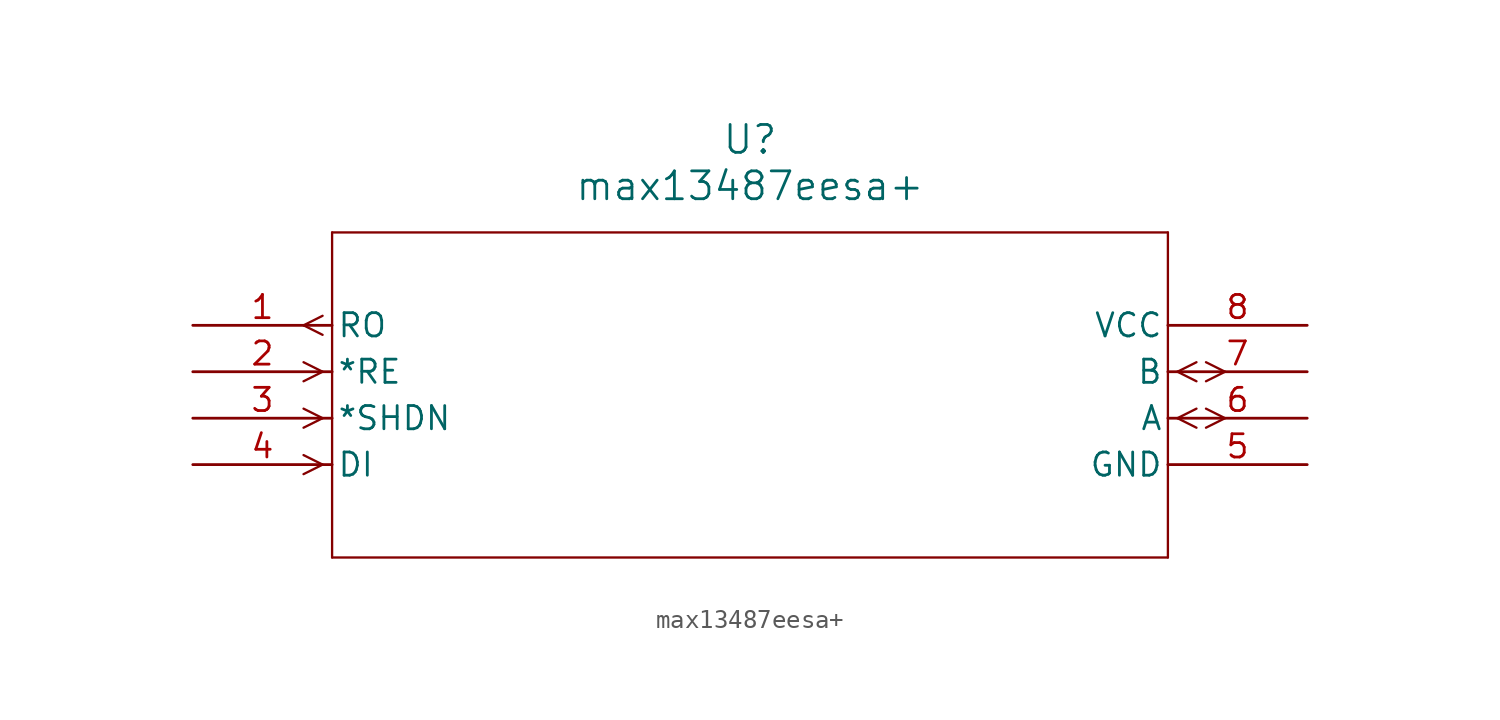
<source format=kicad_sym>
(kicad_symbol_lib
  (version 20211014)
  (generator kicad_symbol_editor)
  (symbol "max13487eesa+"
    (pin_names
      (offset 0.254))
    (property "Reference" "U"
      (at 30.48 10.16 0)
      (effects (font (size 1.524 1.524))))
    (property "Value" "max13487eesa+"
      (at 30.48 7.62 0)
      (effects (font (size 1.524 1.524))))
    (symbol "max13487eesa+_0_1"
      (polyline (pts (xy 7.099 0.521) (xy 6.058 0)) (stroke (width 0.127) (type default) (color 0 0 0 0)) (fill (type none)))
      (polyline (pts (xy 7.099 -0.521) (xy 6.058 0)) (stroke (width 0.127) (type default) (color 0 0 0 0)) (fill (type none)))
      (polyline (pts (xy 7.099 -2.54) (xy 6.058 -2.019)) (stroke (width 0.127) (type default) (color 0 0 0 0)) (fill (type none)))
      (polyline (pts (xy 7.099 -2.54) (xy 6.058 -3.061)) (stroke (width 0.127) (type default) (color 0 0 0 0)) (fill (type none)))
      (polyline (pts (xy 7.099 -5.08) (xy 6.058 -4.559)) (stroke (width 0.127) (type default) (color 0 0 0 0)) (fill (type none)))
      (polyline (pts (xy 7.099 -5.08) (xy 6.058 -5.601)) (stroke (width 0.127) (type default) (color 0 0 0 0)) (fill (type none)))
      (polyline (pts (xy 7.099 -7.62) (xy 6.058 -7.099)) (stroke (width 0.127) (type default) (color 0 0 0 0)) (fill (type none)))
      (polyline (pts (xy 7.099 -7.62) (xy 6.058 -8.141)) (stroke (width 0.127) (type default) (color 0 0 0 0)) (fill (type none)))
      (polyline (pts (xy 53.861 -5.08) (xy 54.902 -4.559)) (stroke (width 0.127) (type default) (color 0 0 0 0)) (fill (type none)))
      (polyline (pts (xy 53.861 -5.08) (xy 54.902 -5.601)) (stroke (width 0.127) (type default) (color 0 0 0 0)) (fill (type none)))
      (polyline (pts (xy 55.423 -4.559) (xy 56.464 -5.08)) (stroke (width 0.127) (type default) (color 0 0 0 0)) (fill (type none)))
      (polyline (pts (xy 55.423 -5.601) (xy 56.464 -5.08)) (stroke (width 0.127) (type default) (color 0 0 0 0)) (fill (type none)))
      (polyline (pts (xy 53.861 -2.54) (xy 54.902 -2.019)) (stroke (width 0.127) (type default) (color 0 0 0 0)) (fill (type none)))
      (polyline (pts (xy 53.861 -2.54) (xy 54.902 -3.061)) (stroke (width 0.127) (type default) (color 0 0 0 0)) (fill (type none)))
      (polyline (pts (xy 55.423 -2.019) (xy 56.464 -2.54)) (stroke (width 0.127) (type default) (color 0 0 0 0)) (fill (type none)))
      (polyline (pts (xy 55.423 -3.061) (xy 56.464 -2.54)) (stroke (width 0.127) (type default) (color 0 0 0 0)) (fill (type none)))
      (polyline (pts (xy 7.62 5.08) (xy 7.62 -12.7)) (stroke (width 0.127) (type default) (color 0 0 0 0)) (fill (type none)))
      (polyline (pts (xy 7.62 -12.7) (xy 53.34 -12.7)) (stroke (width 0.127) (type default) (color 0 0 0 0)) (fill (type none)))
      (polyline (pts (xy 53.34 -12.7) (xy 53.34 5.08)) (stroke (width 0.127) (type default) (color 0 0 0 0)) (fill (type none)))
      (polyline (pts (xy 53.34 5.08) (xy 7.62 5.08)) (stroke (width 0.127) (type default) (color 0 0 0 0)) (fill (type none)))
      (pin output line (at 0 0 0) (length 7.62) (name "RO" (effects (font (size 1.27 1.27)))) (number "1" (effects (font (size 1.27 1.27)))))
      (pin input line (at 0 -2.54 0) (length 7.62) (name "*RE" (effects (font (size 1.27 1.27)))) (number "2" (effects (font (size 1.27 1.27)))))
      (pin input line (at 0 -5.08 0) (length 7.62) (name "*SHDN" (effects (font (size 1.27 1.27)))) (number "3" (effects (font (size 1.27 1.27)))))
      (pin input line (at 0 -7.62 0) (length 7.62) (name "DI" (effects (font (size 1.27 1.27)))) (number "4" (effects (font (size 1.27 1.27)))))
      (pin power_in line (at 60.96 -7.62 180) (length 7.62) (name "GND" (effects (font (size 1.27 1.27)))) (number "5" (effects (font (size 1.27 1.27)))))
      (pin bidirectional line (at 60.96 -5.08 180) (length 7.62) (name "A" (effects (font (size 1.27 1.27)))) (number "6" (effects (font (size 1.27 1.27)))))
      (pin bidirectional line (at 60.96 -2.54 180) (length 7.62) (name "B" (effects (font (size 1.27 1.27)))) (number "7" (effects (font (size 1.27 1.27)))))
      (pin power_in line (at 60.96 0 180) (length 7.62) (name "VCC" (effects (font (size 1.27 1.27)))) (number "8" (effects (font (size 1.27 1.27))))))))
</source>
